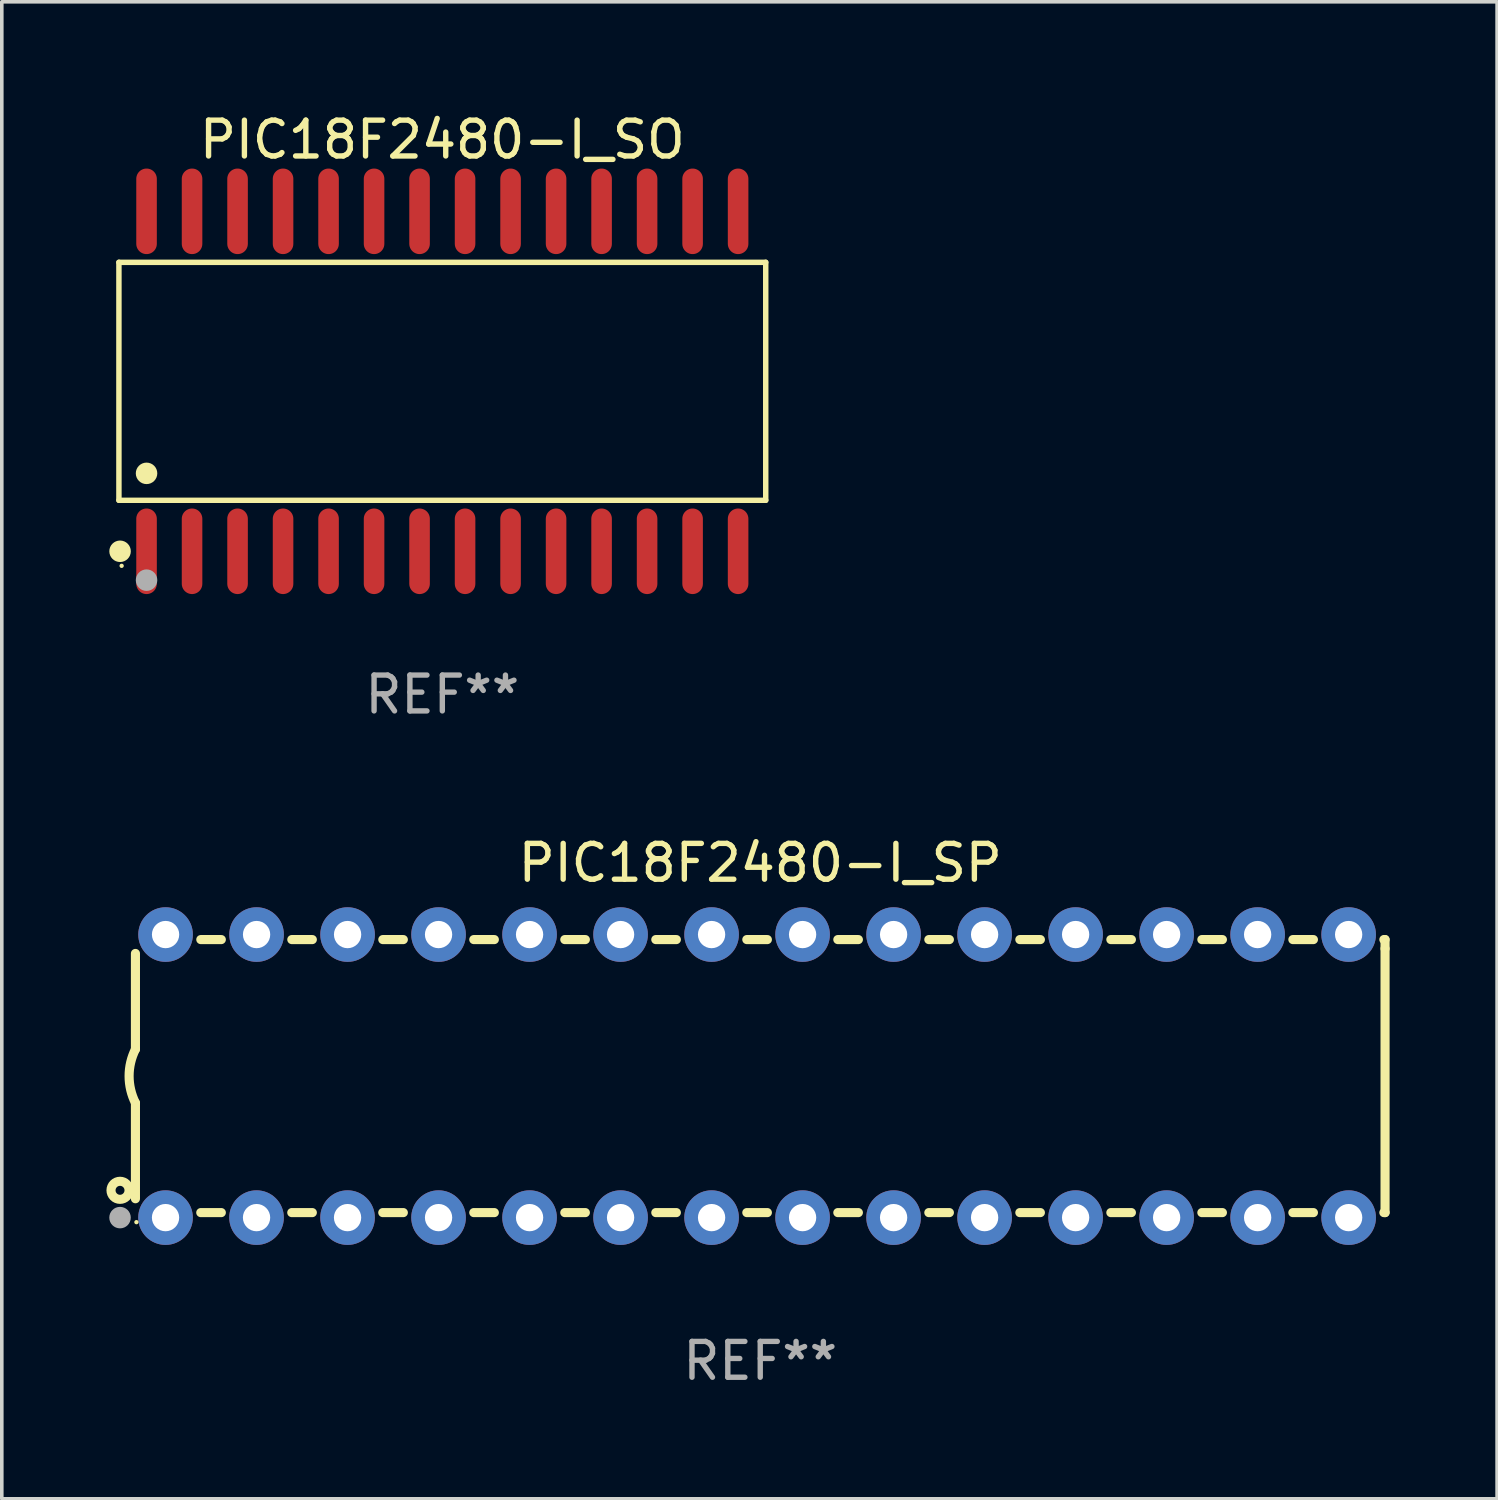
<source format=kicad_pcb>
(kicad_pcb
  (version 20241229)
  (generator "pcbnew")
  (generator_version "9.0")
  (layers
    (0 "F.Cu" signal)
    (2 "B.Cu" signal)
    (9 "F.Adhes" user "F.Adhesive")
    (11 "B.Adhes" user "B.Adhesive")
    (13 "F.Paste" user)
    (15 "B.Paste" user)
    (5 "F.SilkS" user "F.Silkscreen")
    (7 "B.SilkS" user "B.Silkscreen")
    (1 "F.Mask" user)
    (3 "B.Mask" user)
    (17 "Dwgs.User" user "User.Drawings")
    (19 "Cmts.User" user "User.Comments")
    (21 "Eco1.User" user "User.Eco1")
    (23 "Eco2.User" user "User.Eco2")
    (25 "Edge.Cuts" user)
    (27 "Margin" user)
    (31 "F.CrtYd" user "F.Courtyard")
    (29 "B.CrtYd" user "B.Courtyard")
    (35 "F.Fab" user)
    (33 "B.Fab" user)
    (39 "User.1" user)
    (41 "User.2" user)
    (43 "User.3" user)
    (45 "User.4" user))
  (footprint "PIC18F2480-I_SP"
    (layer "F.Cu")
    (at 18.168 26.983)
    (property "Reference" "PIC18F2480-I_SP" (at 0 -5.95 0) (layer "F.SilkS") (effects (font (size 1 1) (thickness 0.15))))
    (attr through_hole)
    (fp_line (start -17.438 0.75) (end -17.438 3.423) (stroke (width 0.254) (type solid)) (layer "F.SilkS"))
    (fp_line (start -17.438 -3.423) (end -17.438 -0.75) (stroke (width 0.254) (type solid)) (layer "F.SilkS"))
    (fp_line (start -15.615 3.81) (end -15.041 3.81) (stroke (width 0.254) (type solid)) (layer "F.SilkS"))
    (fp_line (start -15.041 -3.81) (end -15.614 -3.81) (stroke (width 0.254) (type solid)) (layer "F.SilkS"))
    (fp_line (start -13.075 3.81) (end -12.501 3.81) (stroke (width 0.254) (type solid)) (layer "F.SilkS"))
    (fp_line (start -12.501 -3.81) (end -13.074 -3.81) (stroke (width 0.254) (type solid)) (layer "F.SilkS"))
    (fp_line (start -10.535 3.81) (end -9.961 3.81) (stroke (width 0.254) (type solid)) (layer "F.SilkS"))
    (fp_line (start -9.961 -3.81) (end -10.534 -3.81) (stroke (width 0.254) (type solid)) (layer "F.SilkS"))
    (fp_line (start -7.995 3.81) (end -7.421 3.81) (stroke (width 0.254) (type solid)) (layer "F.SilkS"))
    (fp_line (start -7.421 -3.81) (end -7.995 -3.81) (stroke (width 0.254) (type solid)) (layer "F.SilkS"))
    (fp_line (start -5.455 3.81) (end -4.881 3.81) (stroke (width 0.254) (type solid)) (layer "F.SilkS"))
    (fp_line (start -4.881 -3.81) (end -5.455 -3.81) (stroke (width 0.254) (type solid)) (layer "F.SilkS"))
    (fp_line (start -2.915 3.81) (end -2.341 3.81) (stroke (width 0.254) (type solid)) (layer "F.SilkS"))
    (fp_line (start -2.341 -3.81) (end -2.915 -3.81) (stroke (width 0.254) (type solid)) (layer "F.SilkS"))
    (fp_line (start -0.375 3.81) (end 0.199 3.81) (stroke (width 0.254) (type solid)) (layer "F.SilkS"))
    (fp_line (start 0.199 -3.81) (end -0.375 -3.81) (stroke (width 0.254) (type solid)) (layer "F.SilkS"))
    (fp_line (start 2.165 3.81) (end 2.739 3.81) (stroke (width 0.254) (type solid)) (layer "F.SilkS"))
    (fp_line (start 2.739 -3.81) (end 2.165 -3.81) (stroke (width 0.254) (type solid)) (layer "F.SilkS"))
    (fp_line (start 4.705 3.81) (end 5.279 3.81) (stroke (width 0.254) (type solid)) (layer "F.SilkS"))
    (fp_line (start 5.279 -3.81) (end 4.705 -3.81) (stroke (width 0.254) (type solid)) (layer "F.SilkS"))
    (fp_line (start 7.245 3.81) (end 7.819 3.81) (stroke (width 0.254) (type solid)) (layer "F.SilkS"))
    (fp_line (start 7.819 -3.81) (end 7.245 -3.81) (stroke (width 0.254) (type solid)) (layer "F.SilkS"))
    (fp_line (start 9.785 3.81) (end 10.359 3.81) (stroke (width 0.254) (type solid)) (layer "F.SilkS"))
    (fp_line (start 10.359 -3.81) (end 9.785 -3.81) (stroke (width 0.254) (type solid)) (layer "F.SilkS"))
    (fp_line (start 12.325 3.81) (end 12.899 3.81) (stroke (width 0.254) (type solid)) (layer "F.SilkS"))
    (fp_line (start 12.899 -3.81) (end 12.325 -3.81) (stroke (width 0.254) (type solid)) (layer "F.SilkS"))
    (fp_line (start 14.865 3.81) (end 15.439 3.81) (stroke (width 0.254) (type solid)) (layer "F.SilkS"))
    (fp_line (start 15.439 -3.81) (end 14.865 -3.81) (stroke (width 0.254) (type solid)) (layer "F.SilkS"))
    (fp_line (start 17.405 3.81) (end 17.438 3.81) (stroke (width 0.254) (type solid)) (layer "F.SilkS"))
    (fp_line (start 17.438 -3.81) (end 17.405 -3.81) (stroke (width 0.254) (type solid)) (layer "F.SilkS"))
    (fp_line (start 17.438 -3.556) (end 17.438 -3.81) (stroke (width 0.254) (type solid)) (layer "F.SilkS"))
    (fp_line (start 17.438 3.81) (end 17.438 -3.556) (stroke (width 0.254) (type solid)) (layer "F.SilkS"))
    (fp_arc (start -17.437986 0.749657) (mid -17.614887 -0.000024) (end -17.437783 -0.749657) (stroke (width 0.254001) (type solid)) (layer "F.SilkS"))
    (fp_circle (center -17.868 3.188) (end -17.743 3.188) (stroke (width 0.254) (type solid)) (fill no) (layer "F.SilkS"))
    (fp_circle (center -17.411 4.077) (end -17.381 4.077) (stroke (width 0.06) (type solid)) (fill no) (layer "F.SilkS"))
    (fp_circle (center -17.868 3.95) (end -17.718 3.95) (stroke (width 0.3) (type solid)) (fill no) (layer "F.Fab"))
    (fp_text user "REF**" (at 0 7.95 0) (layer "F.Fab") (effects (font (size 1 1) (thickness 0.15))))
    (pad "1" thru_hole circle (at -16.598 3.95) (size 1.524 1.524) (drill 0.762) (layers "*.Cu" "*.Mask"))
    (pad "2" thru_hole circle (at -14.058 3.95) (size 1.524 1.524) (drill 0.762) (layers "*.Cu" "*.Mask"))
    (pad "3" thru_hole circle (at -11.518 3.95) (size 1.524 1.524) (drill 0.762) (layers "*.Cu" "*.Mask"))
    (pad "4" thru_hole circle (at -8.978 3.95) (size 1.524 1.524) (drill 0.762) (layers "*.Cu" "*.Mask"))
    (pad "5" thru_hole circle (at -6.438 3.95) (size 1.524 1.524) (drill 0.762) (layers "*.Cu" "*.Mask"))
    (pad "6" thru_hole circle (at -3.898 3.95) (size 1.524 1.524) (drill 0.762) (layers "*.Cu" "*.Mask"))
    (pad "7" thru_hole circle (at -1.358 3.95) (size 1.524 1.524) (drill 0.762) (layers "*.Cu" "*.Mask"))
    (pad "8" thru_hole circle (at 1.182 3.95) (size 1.524 1.524) (drill 0.762) (layers "*.Cu" "*.Mask"))
    (pad "9" thru_hole circle (at 3.722 3.95) (size 1.524 1.524) (drill 0.762) (layers "*.Cu" "*.Mask"))
    (pad "10" thru_hole circle (at 6.262 3.95) (size 1.524 1.524) (drill 0.762) (layers "*.Cu" "*.Mask"))
    (pad "11" thru_hole circle (at 8.802 3.95) (size 1.524 1.524) (drill 0.762) (layers "*.Cu" "*.Mask"))
    (pad "12" thru_hole circle (at 11.342 3.95) (size 1.524 1.524) (drill 0.762) (layers "*.Cu" "*.Mask"))
    (pad "13" thru_hole circle (at 13.882 3.95) (size 1.524 1.524) (drill 0.762) (layers "*.Cu" "*.Mask"))
    (pad "14" thru_hole circle (at 16.422 3.95) (size 1.524 1.524) (drill 0.762) (layers "*.Cu" "*.Mask"))
    (pad "15" thru_hole circle (at 16.422 -3.95) (size 1.524 1.524) (drill 0.762) (layers "*.Cu" "*.Mask"))
    (pad "16" thru_hole circle (at 13.882 -3.95) (size 1.524 1.524) (drill 0.762) (layers "*.Cu" "*.Mask"))
    (pad "17" thru_hole circle (at 11.342 -3.95) (size 1.524 1.524) (drill 0.762) (layers "*.Cu" "*.Mask"))
    (pad "18" thru_hole circle (at 8.802 -3.95) (size 1.524 1.524) (drill 0.762) (layers "*.Cu" "*.Mask"))
    (pad "19" thru_hole circle (at 6.262 -3.95) (size 1.524 1.524) (drill 0.762) (layers "*.Cu" "*.Mask"))
    (pad "20" thru_hole circle (at 3.722 -3.95) (size 1.524 1.524) (drill 0.762) (layers "*.Cu" "*.Mask"))
    (pad "21" thru_hole circle (at 1.182 -3.95) (size 1.524 1.524) (drill 0.762) (layers "*.Cu" "*.Mask"))
    (pad "22" thru_hole circle (at -1.358 -3.95) (size 1.524 1.524) (drill 0.762) (layers "*.Cu" "*.Mask"))
    (pad "23" thru_hole circle (at -3.898 -3.95) (size 1.524 1.524) (drill 0.762) (layers "*.Cu" "*.Mask"))
    (pad "24" thru_hole circle (at -6.438 -3.95) (size 1.524 1.524) (drill 0.762) (layers "*.Cu" "*.Mask"))
    (pad "25" thru_hole circle (at -8.978 -3.95) (size 1.524 1.524) (drill 0.762) (layers "*.Cu" "*.Mask"))
    (pad "26" thru_hole circle (at -11.517 -3.95) (size 1.524 1.524) (drill 0.762) (layers "*.Cu" "*.Mask"))
    (pad "27" thru_hole circle (at -14.057 -3.95) (size 1.524 1.524) (drill 0.762) (layers "*.Cu" "*.Mask"))
    (pad "28" thru_hole circle (at -16.597 -3.95) (size 1.524 1.524) (drill 0.762) (layers "*.Cu" "*.Mask")))
  (footprint "PIC18F2480-I_SO"
    (layer "F.Cu")
    (at 9.295 7.592)
    (property "Reference" "PIC18F2480-I_SO" (at 0 -6.744 0) (layer "F.SilkS") (effects (font (size 1 1) (thickness 0.15))))
    (attr through_hole)
    (fp_line (start -9.026 -3.321) (end 9.026 -3.321) (stroke (width 0.152) (type solid)) (layer "F.SilkS"))
    (fp_line (start -9.026 3.321) (end -9.026 -3.321) (stroke (width 0.152) (type solid)) (layer "F.SilkS"))
    (fp_line (start 9.026 -3.321) (end 9.026 3.321) (stroke (width 0.152) (type solid)) (layer "F.SilkS"))
    (fp_line (start 9.026 3.321) (end -9.026 3.321) (stroke (width 0.152) (type solid)) (layer "F.SilkS"))
    (fp_circle (center -8.994 4.744) (end -8.844 4.744) (stroke (width 0.3) (type solid)) (fill no) (layer "F.SilkS"))
    (fp_circle (center -8.95 5.15) (end -8.92 5.15) (stroke (width 0.06) (type solid)) (fill no) (layer "F.SilkS"))
    (fp_circle (center -8.255 2.569) (end -8.105 2.569) (stroke (width 0.3) (type solid)) (fill no) (layer "F.SilkS"))
    (fp_circle (center -8.255 5.55) (end -8.105 5.55) (stroke (width 0.3) (type solid)) (fill no) (layer "F.Fab"))
    (fp_text user "REF**" (at 0 8.744 0) (layer "F.Fab") (effects (font (size 1 1) (thickness 0.15))))
    (pad "1" smd oval (at -8.255 4.744) (size 0.574 2.388) (layers "F.Cu" "F.Mask" "F.Paste"))
    (pad "2" smd oval (at -6.985 4.744) (size 0.574 2.388) (layers "F.Cu" "F.Mask" "F.Paste"))
    (pad "3" smd oval (at -5.715 4.744) (size 0.574 2.388) (layers "F.Cu" "F.Mask" "F.Paste"))
    (pad "4" smd oval (at -4.445 4.744) (size 0.574 2.388) (layers "F.Cu" "F.Mask" "F.Paste"))
    (pad "5" smd oval (at -3.175 4.744) (size 0.574 2.388) (layers "F.Cu" "F.Mask" "F.Paste"))
    (pad "6" smd oval (at -1.905 4.744) (size 0.574 2.388) (layers "F.Cu" "F.Mask" "F.Paste"))
    (pad "7" smd oval (at -0.635 4.744) (size 0.574 2.388) (layers "F.Cu" "F.Mask" "F.Paste"))
    (pad "8" smd oval (at 0.635 4.744) (size 0.574 2.388) (layers "F.Cu" "F.Mask" "F.Paste"))
    (pad "9" smd oval (at 1.905 4.744) (size 0.574 2.388) (layers "F.Cu" "F.Mask" "F.Paste"))
    (pad "10" smd oval (at 3.175 4.744) (size 0.574 2.388) (layers "F.Cu" "F.Mask" "F.Paste"))
    (pad "11" smd oval (at 4.445 4.744) (size 0.574 2.388) (layers "F.Cu" "F.Mask" "F.Paste"))
    (pad "12" smd oval (at 5.715 4.744) (size 0.574 2.388) (layers "F.Cu" "F.Mask" "F.Paste"))
    (pad "13" smd oval (at 6.985 4.744) (size 0.574 2.388) (layers "F.Cu" "F.Mask" "F.Paste"))
    (pad "14" smd oval (at 8.255 4.744) (size 0.574 2.388) (layers "F.Cu" "F.Mask" "F.Paste"))
    (pad "15" smd oval (at 8.255 -4.744) (size 0.574 2.388) (layers "F.Cu" "F.Mask" "F.Paste"))
    (pad "16" smd oval (at 6.985 -4.744) (size 0.574 2.388) (layers "F.Cu" "F.Mask" "F.Paste"))
    (pad "17" smd oval (at 5.715 -4.744) (size 0.574 2.388) (layers "F.Cu" "F.Mask" "F.Paste"))
    (pad "18" smd oval (at 4.445 -4.744) (size 0.574 2.388) (layers "F.Cu" "F.Mask" "F.Paste"))
    (pad "19" smd oval (at 3.175 -4.744) (size 0.574 2.388) (layers "F.Cu" "F.Mask" "F.Paste"))
    (pad "20" smd oval (at 1.905 -4.744) (size 0.574 2.388) (layers "F.Cu" "F.Mask" "F.Paste"))
    (pad "21" smd oval (at 0.635 -4.744) (size 0.574 2.388) (layers "F.Cu" "F.Mask" "F.Paste"))
    (pad "22" smd oval (at -0.635 -4.744) (size 0.574 2.388) (layers "F.Cu" "F.Mask" "F.Paste"))
    (pad "23" smd oval (at -1.905 -4.744) (size 0.574 2.388) (layers "F.Cu" "F.Mask" "F.Paste"))
    (pad "24" smd oval (at -3.175 -4.744) (size 0.574 2.388) (layers "F.Cu" "F.Mask" "F.Paste"))
    (pad "25" smd oval (at -4.445 -4.744) (size 0.574 2.388) (layers "F.Cu" "F.Mask" "F.Paste"))
    (pad "26" smd oval (at -5.715 -4.744) (size 0.574 2.388) (layers "F.Cu" "F.Mask" "F.Paste"))
    (pad "27" smd oval (at -6.985 -4.744) (size 0.574 2.388) (layers "F.Cu" "F.Mask" "F.Paste"))
    (pad "28" smd oval (at -8.255 -4.744) (size 0.574 2.388) (layers "F.Cu" "F.Mask" "F.Paste")))
  (gr_rect
    (start -3 -3)
    (end 38.733 38.781)
    (stroke (width 0.1) (type default))
    (fill no)
    (layer "Edge.Cuts")))
</source>
